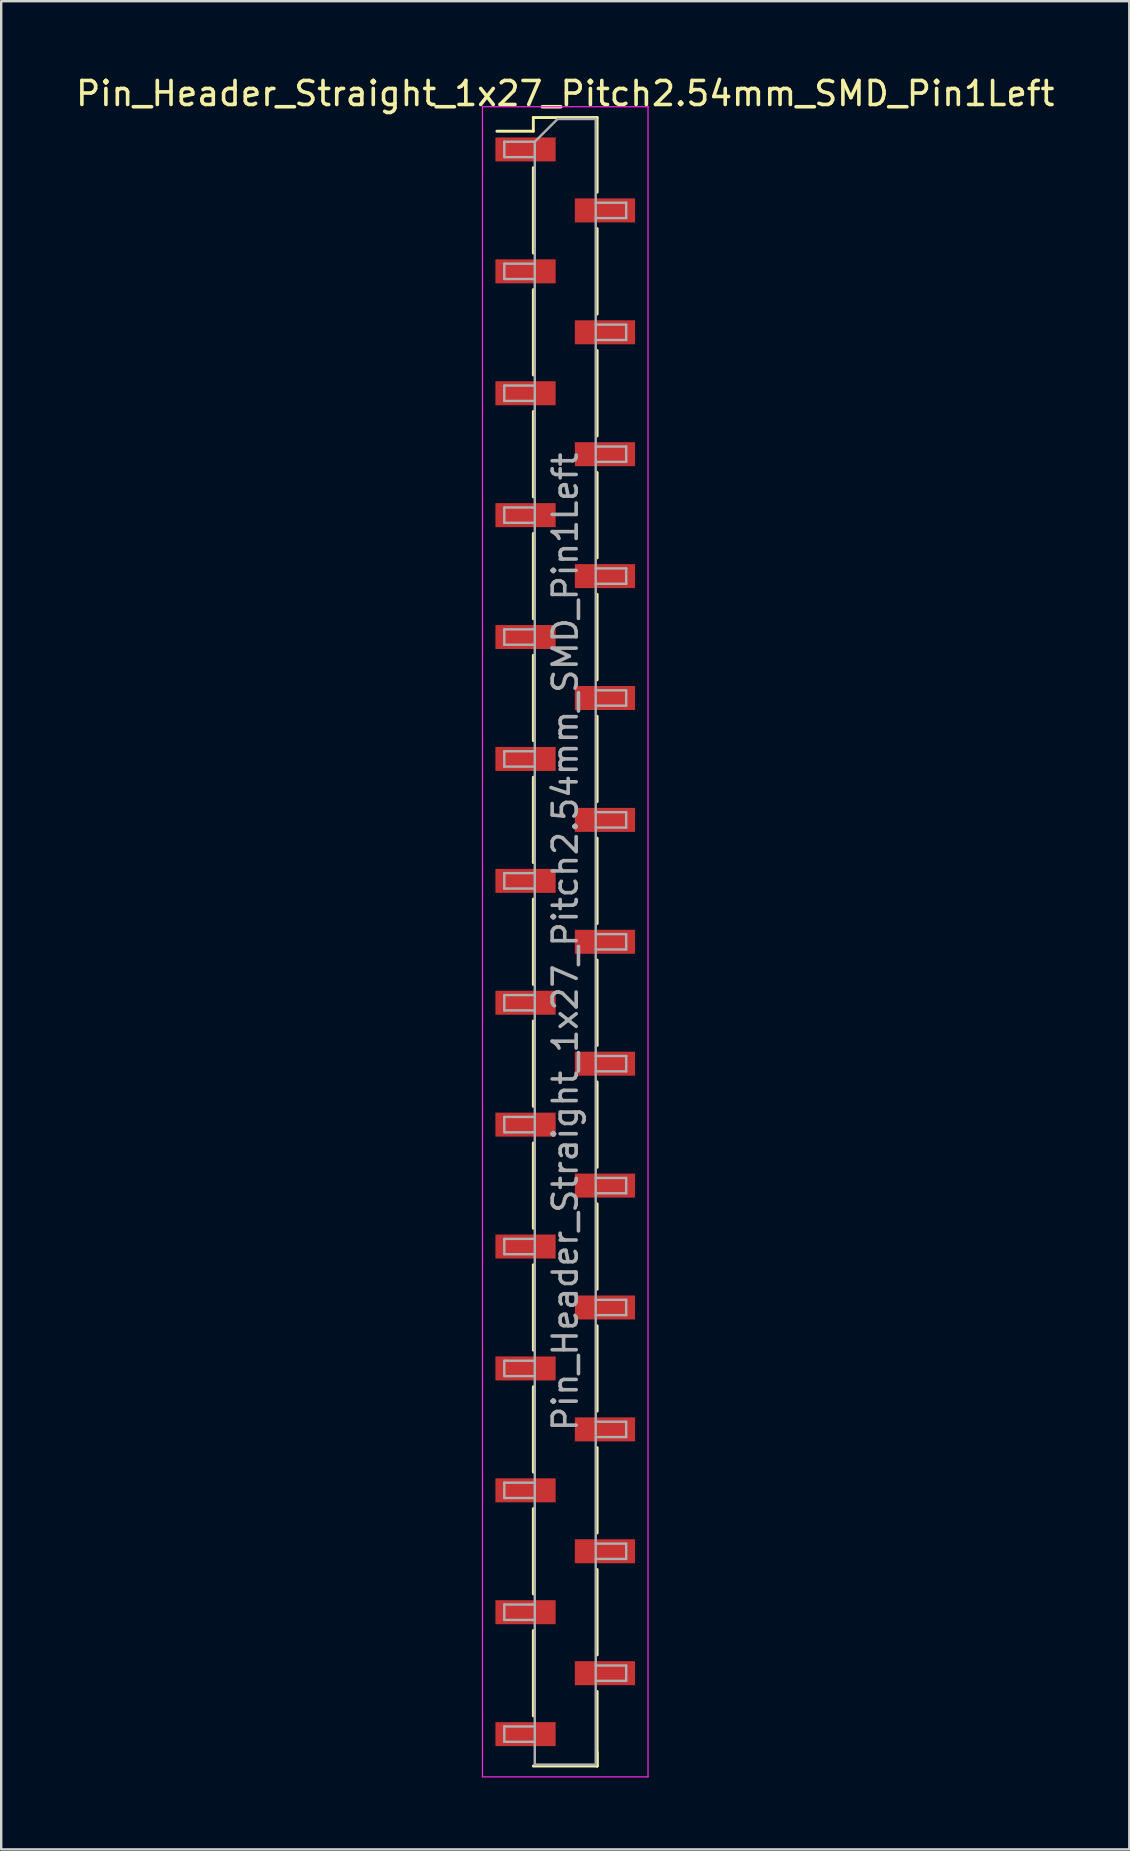
<source format=kicad_pcb>
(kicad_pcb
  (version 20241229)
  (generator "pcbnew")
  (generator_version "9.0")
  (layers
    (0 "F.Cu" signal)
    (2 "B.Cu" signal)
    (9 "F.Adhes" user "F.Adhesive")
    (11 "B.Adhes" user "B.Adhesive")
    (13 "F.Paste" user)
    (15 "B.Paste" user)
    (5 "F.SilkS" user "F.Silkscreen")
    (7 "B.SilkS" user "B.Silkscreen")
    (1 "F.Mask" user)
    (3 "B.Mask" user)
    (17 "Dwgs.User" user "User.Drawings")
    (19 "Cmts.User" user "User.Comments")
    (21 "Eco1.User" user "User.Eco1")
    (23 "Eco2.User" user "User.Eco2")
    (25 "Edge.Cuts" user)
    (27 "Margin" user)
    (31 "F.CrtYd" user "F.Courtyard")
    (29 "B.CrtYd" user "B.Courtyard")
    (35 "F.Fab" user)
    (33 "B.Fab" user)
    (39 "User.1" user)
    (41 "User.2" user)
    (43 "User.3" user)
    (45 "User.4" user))
  (footprint "Pin_Header_Straight_1x27_Pitch2.54mm_SMD_Pin1Left"
    (layer "F.Cu")
    (at 20.506 36.198)
    (property "Reference" "Pin_Header_Straight_1x27_Pitch2.54mm_SMD_Pin1Left" (at 0 -35.35 0) (layer "F.SilkS") (effects (font (size 1 1) (thickness 0.15))))
    (attr smd)
    (fp_line (start -1.33 -34.35) (end -1.33 -33.78) (stroke (width 0.12) (type solid)) (layer "F.SilkS"))
    (fp_line (start -1.33 -34.35) (end 1.33 -34.35) (stroke (width 0.12) (type solid)) (layer "F.SilkS"))
    (fp_line (start -1.33 -33.78) (end -2.85 -33.78) (stroke (width 0.12) (type solid)) (layer "F.SilkS"))
    (fp_line (start -1.33 -32.26) (end -1.33 -28.7) (stroke (width 0.12) (type solid)) (layer "F.SilkS"))
    (fp_line (start -1.33 -27.18) (end -1.33 -23.62) (stroke (width 0.12) (type solid)) (layer "F.SilkS"))
    (fp_line (start -1.33 -22.1) (end -1.33 -18.54) (stroke (width 0.12) (type solid)) (layer "F.SilkS"))
    (fp_line (start -1.33 -17.02) (end -1.33 -13.46) (stroke (width 0.12) (type solid)) (layer "F.SilkS"))
    (fp_line (start -1.33 -11.94) (end -1.33 -8.38) (stroke (width 0.12) (type solid)) (layer "F.SilkS"))
    (fp_line (start -1.33 -6.86) (end -1.33 -3.3) (stroke (width 0.12) (type solid)) (layer "F.SilkS"))
    (fp_line (start -1.33 -1.78) (end -1.33 1.78) (stroke (width 0.12) (type solid)) (layer "F.SilkS"))
    (fp_line (start -1.33 3.3) (end -1.33 6.86) (stroke (width 0.12) (type solid)) (layer "F.SilkS"))
    (fp_line (start -1.33 8.38) (end -1.33 11.94) (stroke (width 0.12) (type solid)) (layer "F.SilkS"))
    (fp_line (start -1.33 13.46) (end -1.33 17.02) (stroke (width 0.12) (type solid)) (layer "F.SilkS"))
    (fp_line (start -1.33 18.54) (end -1.33 22.1) (stroke (width 0.12) (type solid)) (layer "F.SilkS"))
    (fp_line (start -1.33 23.62) (end -1.33 27.18) (stroke (width 0.12) (type solid)) (layer "F.SilkS"))
    (fp_line (start -1.33 28.7) (end -1.33 32.26) (stroke (width 0.12) (type solid)) (layer "F.SilkS"))
    (fp_line (start -1.33 34.35) (end 1.33 34.35) (stroke (width 0.12) (type solid)) (layer "F.SilkS"))
    (fp_line (start 1.33 -34.35) (end 1.33 -31.24) (stroke (width 0.12) (type solid)) (layer "F.SilkS"))
    (fp_line (start 1.33 -29.72) (end 1.33 -26.16) (stroke (width 0.12) (type solid)) (layer "F.SilkS"))
    (fp_line (start 1.33 -24.64) (end 1.33 -21.08) (stroke (width 0.12) (type solid)) (layer "F.SilkS"))
    (fp_line (start 1.33 -19.56) (end 1.33 -16) (stroke (width 0.12) (type solid)) (layer "F.SilkS"))
    (fp_line (start 1.33 -14.48) (end 1.33 -10.92) (stroke (width 0.12) (type solid)) (layer "F.SilkS"))
    (fp_line (start 1.33 -9.4) (end 1.33 -5.84) (stroke (width 0.12) (type solid)) (layer "F.SilkS"))
    (fp_line (start 1.33 -4.32) (end 1.33 -0.76) (stroke (width 0.12) (type solid)) (layer "F.SilkS"))
    (fp_line (start 1.33 0.76) (end 1.33 4.32) (stroke (width 0.12) (type solid)) (layer "F.SilkS"))
    (fp_line (start 1.33 5.84) (end 1.33 9.4) (stroke (width 0.12) (type solid)) (layer "F.SilkS"))
    (fp_line (start 1.33 10.92) (end 1.33 14.48) (stroke (width 0.12) (type solid)) (layer "F.SilkS"))
    (fp_line (start 1.33 16) (end 1.33 19.56) (stroke (width 0.12) (type solid)) (layer "F.SilkS"))
    (fp_line (start 1.33 21.08) (end 1.33 24.64) (stroke (width 0.12) (type solid)) (layer "F.SilkS"))
    (fp_line (start 1.33 26.16) (end 1.33 29.72) (stroke (width 0.12) (type solid)) (layer "F.SilkS"))
    (fp_line (start 1.33 31.24) (end 1.33 34.35) (stroke (width 0.12) (type solid)) (layer "F.SilkS"))
    (fp_line (start 1.33 33.78) (end 1.33 34.35) (stroke (width 0.12) (type solid)) (layer "F.SilkS"))
    (fp_line (start -3.45 -34.8) (end -3.45 34.8) (stroke (width 0.05) (type solid)) (layer "F.CrtYd"))
    (fp_line (start -3.45 34.8) (end 3.45 34.8) (stroke (width 0.05) (type solid)) (layer "F.CrtYd"))
    (fp_line (start 3.45 -34.8) (end -3.45 -34.8) (stroke (width 0.05) (type solid)) (layer "F.CrtYd"))
    (fp_line (start 3.45 34.8) (end 3.45 -34.8) (stroke (width 0.05) (type solid)) (layer "F.CrtYd"))
    (fp_line (start -2.54 -33.34) (end -2.54 -32.7) (stroke (width 0.1) (type solid)) (layer "F.Fab"))
    (fp_line (start -2.54 -32.7) (end -1.27 -32.7) (stroke (width 0.1) (type solid)) (layer "F.Fab"))
    (fp_line (start -2.54 -28.26) (end -2.54 -27.62) (stroke (width 0.1) (type solid)) (layer "F.Fab"))
    (fp_line (start -2.54 -27.62) (end -1.27 -27.62) (stroke (width 0.1) (type solid)) (layer "F.Fab"))
    (fp_line (start -2.54 -23.18) (end -2.54 -22.54) (stroke (width 0.1) (type solid)) (layer "F.Fab"))
    (fp_line (start -2.54 -22.54) (end -1.27 -22.54) (stroke (width 0.1) (type solid)) (layer "F.Fab"))
    (fp_line (start -2.54 -18.1) (end -2.54 -17.46) (stroke (width 0.1) (type solid)) (layer "F.Fab"))
    (fp_line (start -2.54 -17.46) (end -1.27 -17.46) (stroke (width 0.1) (type solid)) (layer "F.Fab"))
    (fp_line (start -2.54 -13.02) (end -2.54 -12.38) (stroke (width 0.1) (type solid)) (layer "F.Fab"))
    (fp_line (start -2.54 -12.38) (end -1.27 -12.38) (stroke (width 0.1) (type solid)) (layer "F.Fab"))
    (fp_line (start -2.54 -7.94) (end -2.54 -7.3) (stroke (width 0.1) (type solid)) (layer "F.Fab"))
    (fp_line (start -2.54 -7.3) (end -1.27 -7.3) (stroke (width 0.1) (type solid)) (layer "F.Fab"))
    (fp_line (start -2.54 -2.86) (end -2.54 -2.22) (stroke (width 0.1) (type solid)) (layer "F.Fab"))
    (fp_line (start -2.54 -2.22) (end -1.27 -2.22) (stroke (width 0.1) (type solid)) (layer "F.Fab"))
    (fp_line (start -2.54 2.22) (end -2.54 2.86) (stroke (width 0.1) (type solid)) (layer "F.Fab"))
    (fp_line (start -2.54 2.86) (end -1.27 2.86) (stroke (width 0.1) (type solid)) (layer "F.Fab"))
    (fp_line (start -2.54 7.3) (end -2.54 7.94) (stroke (width 0.1) (type solid)) (layer "F.Fab"))
    (fp_line (start -2.54 7.94) (end -1.27 7.94) (stroke (width 0.1) (type solid)) (layer "F.Fab"))
    (fp_line (start -2.54 12.38) (end -2.54 13.02) (stroke (width 0.1) (type solid)) (layer "F.Fab"))
    (fp_line (start -2.54 13.02) (end -1.27 13.02) (stroke (width 0.1) (type solid)) (layer "F.Fab"))
    (fp_line (start -2.54 17.46) (end -2.54 18.1) (stroke (width 0.1) (type solid)) (layer "F.Fab"))
    (fp_line (start -2.54 18.1) (end -1.27 18.1) (stroke (width 0.1) (type solid)) (layer "F.Fab"))
    (fp_line (start -2.54 22.54) (end -2.54 23.18) (stroke (width 0.1) (type solid)) (layer "F.Fab"))
    (fp_line (start -2.54 23.18) (end -1.27 23.18) (stroke (width 0.1) (type solid)) (layer "F.Fab"))
    (fp_line (start -2.54 27.62) (end -2.54 28.26) (stroke (width 0.1) (type solid)) (layer "F.Fab"))
    (fp_line (start -2.54 28.26) (end -1.27 28.26) (stroke (width 0.1) (type solid)) (layer "F.Fab"))
    (fp_line (start -2.54 32.7) (end -2.54 33.34) (stroke (width 0.1) (type solid)) (layer "F.Fab"))
    (fp_line (start -2.54 33.34) (end -1.27 33.34) (stroke (width 0.1) (type solid)) (layer "F.Fab"))
    (fp_line (start -1.27 -33.34) (end -2.54 -33.34) (stroke (width 0.1) (type solid)) (layer "F.Fab"))
    (fp_line (start -1.27 -33.34) (end -0.32 -34.29) (stroke (width 0.1) (type solid)) (layer "F.Fab"))
    (fp_line (start -1.27 -28.26) (end -2.54 -28.26) (stroke (width 0.1) (type solid)) (layer "F.Fab"))
    (fp_line (start -1.27 -23.18) (end -2.54 -23.18) (stroke (width 0.1) (type solid)) (layer "F.Fab"))
    (fp_line (start -1.27 -18.1) (end -2.54 -18.1) (stroke (width 0.1) (type solid)) (layer "F.Fab"))
    (fp_line (start -1.27 -13.02) (end -2.54 -13.02) (stroke (width 0.1) (type solid)) (layer "F.Fab"))
    (fp_line (start -1.27 -7.94) (end -2.54 -7.94) (stroke (width 0.1) (type solid)) (layer "F.Fab"))
    (fp_line (start -1.27 -2.86) (end -2.54 -2.86) (stroke (width 0.1) (type solid)) (layer "F.Fab"))
    (fp_line (start -1.27 2.22) (end -2.54 2.22) (stroke (width 0.1) (type solid)) (layer "F.Fab"))
    (fp_line (start -1.27 7.3) (end -2.54 7.3) (stroke (width 0.1) (type solid)) (layer "F.Fab"))
    (fp_line (start -1.27 12.38) (end -2.54 12.38) (stroke (width 0.1) (type solid)) (layer "F.Fab"))
    (fp_line (start -1.27 17.46) (end -2.54 17.46) (stroke (width 0.1) (type solid)) (layer "F.Fab"))
    (fp_line (start -1.27 22.54) (end -2.54 22.54) (stroke (width 0.1) (type solid)) (layer "F.Fab"))
    (fp_line (start -1.27 27.62) (end -2.54 27.62) (stroke (width 0.1) (type solid)) (layer "F.Fab"))
    (fp_line (start -1.27 32.7) (end -2.54 32.7) (stroke (width 0.1) (type solid)) (layer "F.Fab"))
    (fp_line (start -1.27 34.29) (end -1.27 -33.34) (stroke (width 0.1) (type solid)) (layer "F.Fab"))
    (fp_line (start -0.32 -34.29) (end 1.27 -34.29) (stroke (width 0.1) (type solid)) (layer "F.Fab"))
    (fp_line (start 1.27 -34.29) (end 1.27 34.29) (stroke (width 0.1) (type solid)) (layer "F.Fab"))
    (fp_line (start 1.27 -30.8) (end 2.54 -30.8) (stroke (width 0.1) (type solid)) (layer "F.Fab"))
    (fp_line (start 1.27 -25.72) (end 2.54 -25.72) (stroke (width 0.1) (type solid)) (layer "F.Fab"))
    (fp_line (start 1.27 -20.64) (end 2.54 -20.64) (stroke (width 0.1) (type solid)) (layer "F.Fab"))
    (fp_line (start 1.27 -15.56) (end 2.54 -15.56) (stroke (width 0.1) (type solid)) (layer "F.Fab"))
    (fp_line (start 1.27 -10.48) (end 2.54 -10.48) (stroke (width 0.1) (type solid)) (layer "F.Fab"))
    (fp_line (start 1.27 -5.4) (end 2.54 -5.4) (stroke (width 0.1) (type solid)) (layer "F.Fab"))
    (fp_line (start 1.27 -0.32) (end 2.54 -0.32) (stroke (width 0.1) (type solid)) (layer "F.Fab"))
    (fp_line (start 1.27 4.76) (end 2.54 4.76) (stroke (width 0.1) (type solid)) (layer "F.Fab"))
    (fp_line (start 1.27 9.84) (end 2.54 9.84) (stroke (width 0.1) (type solid)) (layer "F.Fab"))
    (fp_line (start 1.27 14.92) (end 2.54 14.92) (stroke (width 0.1) (type solid)) (layer "F.Fab"))
    (fp_line (start 1.27 20) (end 2.54 20) (stroke (width 0.1) (type solid)) (layer "F.Fab"))
    (fp_line (start 1.27 25.08) (end 2.54 25.08) (stroke (width 0.1) (type solid)) (layer "F.Fab"))
    (fp_line (start 1.27 30.16) (end 2.54 30.16) (stroke (width 0.1) (type solid)) (layer "F.Fab"))
    (fp_line (start 1.27 34.29) (end -1.27 34.29) (stroke (width 0.1) (type solid)) (layer "F.Fab"))
    (fp_line (start 2.54 -30.8) (end 2.54 -30.16) (stroke (width 0.1) (type solid)) (layer "F.Fab"))
    (fp_line (start 2.54 -30.16) (end 1.27 -30.16) (stroke (width 0.1) (type solid)) (layer "F.Fab"))
    (fp_line (start 2.54 -25.72) (end 2.54 -25.08) (stroke (width 0.1) (type solid)) (layer "F.Fab"))
    (fp_line (start 2.54 -25.08) (end 1.27 -25.08) (stroke (width 0.1) (type solid)) (layer "F.Fab"))
    (fp_line (start 2.54 -20.64) (end 2.54 -20) (stroke (width 0.1) (type solid)) (layer "F.Fab"))
    (fp_line (start 2.54 -20) (end 1.27 -20) (stroke (width 0.1) (type solid)) (layer "F.Fab"))
    (fp_line (start 2.54 -15.56) (end 2.54 -14.92) (stroke (width 0.1) (type solid)) (layer "F.Fab"))
    (fp_line (start 2.54 -14.92) (end 1.27 -14.92) (stroke (width 0.1) (type solid)) (layer "F.Fab"))
    (fp_line (start 2.54 -10.48) (end 2.54 -9.84) (stroke (width 0.1) (type solid)) (layer "F.Fab"))
    (fp_line (start 2.54 -9.84) (end 1.27 -9.84) (stroke (width 0.1) (type solid)) (layer "F.Fab"))
    (fp_line (start 2.54 -5.4) (end 2.54 -4.76) (stroke (width 0.1) (type solid)) (layer "F.Fab"))
    (fp_line (start 2.54 -4.76) (end 1.27 -4.76) (stroke (width 0.1) (type solid)) (layer "F.Fab"))
    (fp_line (start 2.54 -0.32) (end 2.54 0.32) (stroke (width 0.1) (type solid)) (layer "F.Fab"))
    (fp_line (start 2.54 0.32) (end 1.27 0.32) (stroke (width 0.1) (type solid)) (layer "F.Fab"))
    (fp_line (start 2.54 4.76) (end 2.54 5.4) (stroke (width 0.1) (type solid)) (layer "F.Fab"))
    (fp_line (start 2.54 5.4) (end 1.27 5.4) (stroke (width 0.1) (type solid)) (layer "F.Fab"))
    (fp_line (start 2.54 9.84) (end 2.54 10.48) (stroke (width 0.1) (type solid)) (layer "F.Fab"))
    (fp_line (start 2.54 10.48) (end 1.27 10.48) (stroke (width 0.1) (type solid)) (layer "F.Fab"))
    (fp_line (start 2.54 14.92) (end 2.54 15.56) (stroke (width 0.1) (type solid)) (layer "F.Fab"))
    (fp_line (start 2.54 15.56) (end 1.27 15.56) (stroke (width 0.1) (type solid)) (layer "F.Fab"))
    (fp_line (start 2.54 20) (end 2.54 20.64) (stroke (width 0.1) (type solid)) (layer "F.Fab"))
    (fp_line (start 2.54 20.64) (end 1.27 20.64) (stroke (width 0.1) (type solid)) (layer "F.Fab"))
    (fp_line (start 2.54 25.08) (end 2.54 25.72) (stroke (width 0.1) (type solid)) (layer "F.Fab"))
    (fp_line (start 2.54 25.72) (end 1.27 25.72) (stroke (width 0.1) (type solid)) (layer "F.Fab"))
    (fp_line (start 2.54 30.16) (end 2.54 30.8) (stroke (width 0.1) (type solid)) (layer "F.Fab"))
    (fp_line (start 2.54 30.8) (end 1.27 30.8) (stroke (width 0.1) (type solid)) (layer "F.Fab"))
    (fp_text user "${REFERENCE}" (at 0 0 90) (layer "F.Fab") (effects (font (size 1 1) (thickness 0.15))))
    (pad "1" smd rect (at -1.655 -33.02) (size 2.51 1) (layers "F.Cu" "F.Mask" "F.Paste"))
    (pad "2" smd rect (at 1.655 -30.48) (size 2.51 1) (layers "F.Cu" "F.Mask" "F.Paste"))
    (pad "3" smd rect (at -1.655 -27.94) (size 2.51 1) (layers "F.Cu" "F.Mask" "F.Paste"))
    (pad "4" smd rect (at 1.655 -25.4) (size 2.51 1) (layers "F.Cu" "F.Mask" "F.Paste"))
    (pad "5" smd rect (at -1.655 -22.86) (size 2.51 1) (layers "F.Cu" "F.Mask" "F.Paste"))
    (pad "6" smd rect (at 1.655 -20.32) (size 2.51 1) (layers "F.Cu" "F.Mask" "F.Paste"))
    (pad "7" smd rect (at -1.655 -17.78) (size 2.51 1) (layers "F.Cu" "F.Mask" "F.Paste"))
    (pad "8" smd rect (at 1.655 -15.24) (size 2.51 1) (layers "F.Cu" "F.Mask" "F.Paste"))
    (pad "9" smd rect (at -1.655 -12.7) (size 2.51 1) (layers "F.Cu" "F.Mask" "F.Paste"))
    (pad "10" smd rect (at 1.655 -10.16) (size 2.51 1) (layers "F.Cu" "F.Mask" "F.Paste"))
    (pad "11" smd rect (at -1.655 -7.62) (size 2.51 1) (layers "F.Cu" "F.Mask" "F.Paste"))
    (pad "12" smd rect (at 1.655 -5.08) (size 2.51 1) (layers "F.Cu" "F.Mask" "F.Paste"))
    (pad "13" smd rect (at -1.655 -2.54) (size 2.51 1) (layers "F.Cu" "F.Mask" "F.Paste"))
    (pad "14" smd rect (at 1.655 0) (size 2.51 1) (layers "F.Cu" "F.Mask" "F.Paste"))
    (pad "15" smd rect (at -1.655 2.54) (size 2.51 1) (layers "F.Cu" "F.Mask" "F.Paste"))
    (pad "16" smd rect (at 1.655 5.08) (size 2.51 1) (layers "F.Cu" "F.Mask" "F.Paste"))
    (pad "17" smd rect (at -1.655 7.62) (size 2.51 1) (layers "F.Cu" "F.Mask" "F.Paste"))
    (pad "18" smd rect (at 1.655 10.16) (size 2.51 1) (layers "F.Cu" "F.Mask" "F.Paste"))
    (pad "19" smd rect (at -1.655 12.7) (size 2.51 1) (layers "F.Cu" "F.Mask" "F.Paste"))
    (pad "20" smd rect (at 1.655 15.24) (size 2.51 1) (layers "F.Cu" "F.Mask" "F.Paste"))
    (pad "21" smd rect (at -1.655 17.78) (size 2.51 1) (layers "F.Cu" "F.Mask" "F.Paste"))
    (pad "22" smd rect (at 1.655 20.32) (size 2.51 1) (layers "F.Cu" "F.Mask" "F.Paste"))
    (pad "23" smd rect (at -1.655 22.86) (size 2.51 1) (layers "F.Cu" "F.Mask" "F.Paste"))
    (pad "24" smd rect (at 1.655 25.4) (size 2.51 1) (layers "F.Cu" "F.Mask" "F.Paste"))
    (pad "25" smd rect (at -1.655 27.94) (size 2.51 1) (layers "F.Cu" "F.Mask" "F.Paste"))
    (pad "26" smd rect (at 1.655 30.48) (size 2.51 1) (layers "F.Cu" "F.Mask" "F.Paste"))
    (pad "27" smd rect (at -1.655 33.02) (size 2.51 1) (layers "F.Cu" "F.Mask" "F.Paste")))
  (gr_rect
    (start -3 -3)
    (end 44.012 74.023)
    (stroke (width 0.1) (type default))
    (fill no)
    (layer "Edge.Cuts")))
</source>
